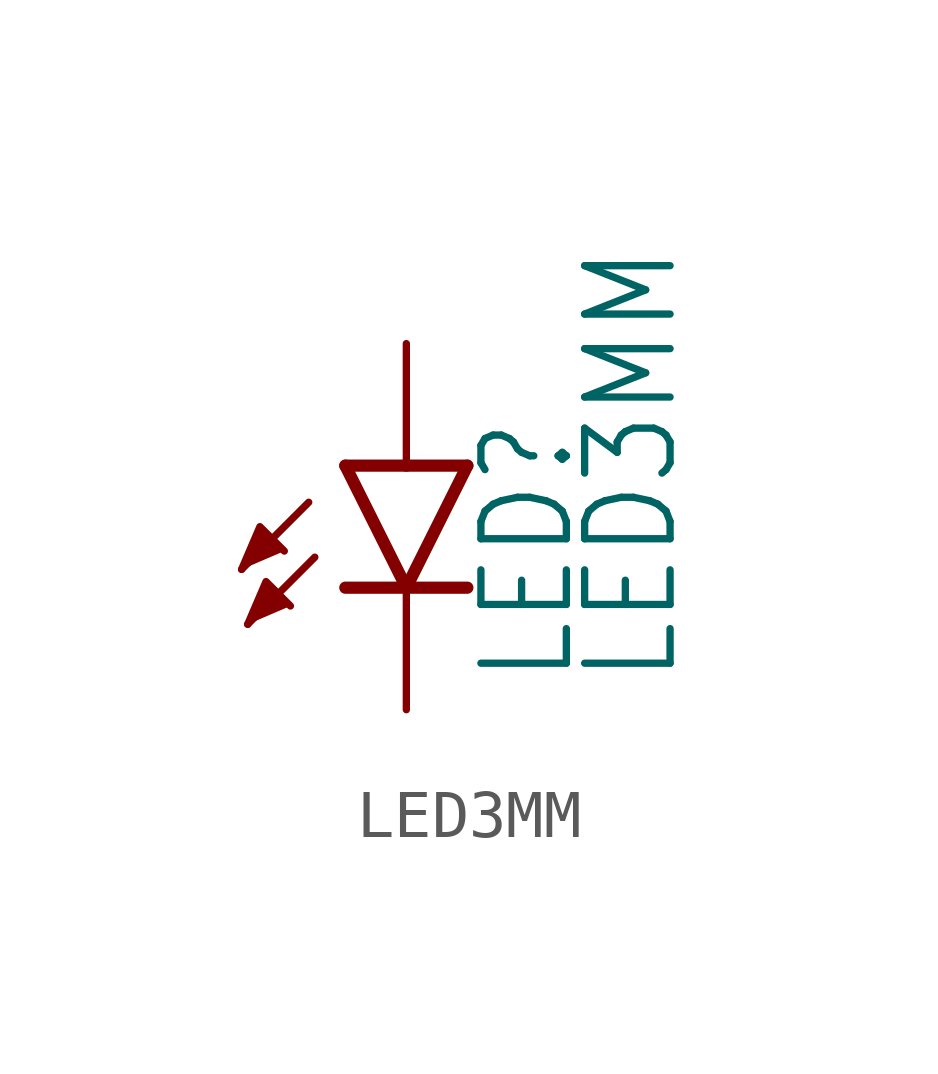
<source format=kicad_sym>
(kicad_symbol_lib
  (version 20211014)
  (generator kicad_symbol_editor)
  (symbol "LED3MM"
    (property "Reference" "LED"
      (at 3.556 -4.572 90)
      (effects (font (size 1.778 1.511)) (justify left bottom)))
    (property "Value" "LED3MM"
      (at 5.715 -4.572 90)
      (effects (font (size 1.778 1.511)) (justify left bottom)))
    (property "ki_locked" ""
      (at 0 0 0)
      (effects (font (size 1.27 1.27))))
    (symbol "LED3MM_1_0"
      (polyline (pts (xy -2.032 -0.762) (xy -3.429 -2.159)) (stroke (width 0.152) (type default)) (fill (type none)))
      (polyline (pts (xy -1.905 -1.905) (xy -3.302 -3.302)) (stroke (width 0.152) (type default)) (fill (type none)))
      (polyline (pts (xy 0 -2.54) (xy -1.27 -2.54)) (stroke (width 0.254) (type default)) (fill (type none)))
      (polyline (pts (xy 0 -2.54) (xy -1.27 0)) (stroke (width 0.254) (type default)) (fill (type none)))
      (polyline (pts (xy 0 0) (xy -1.27 0)) (stroke (width 0.254) (type default)) (fill (type none)))
      (polyline (pts (xy 1.27 -2.54) (xy 0 -2.54)) (stroke (width 0.254) (type default)) (fill (type none)))
      (polyline (pts (xy 1.27 0) (xy 0 -2.54)) (stroke (width 0.254) (type default)) (fill (type none)))
      (polyline (pts (xy 1.27 0) (xy 0 0)) (stroke (width 0.254) (type default)) (fill (type none)))
      (polyline (pts (xy -3.429 -2.159) (xy -3.048 -1.27) (xy -2.54 -1.778)) (stroke (width 0) (type default)) (fill (type outline)))
      (polyline (pts (xy -3.302 -3.302) (xy -2.921 -2.413) (xy -2.413 -2.921)) (stroke (width 0) (type default)) (fill (type outline)))
      (pin passive line (at 0 2.54 270) (length 2.54) (name "A" (effects (font (size 0 0)))) (number "A" (effects (font (size 0 0)))))
      (pin passive line (at 0 -5.08 90) (length 2.54) (name "C" (effects (font (size 0 0)))) (number "K" (effects (font (size 0 0))))))))
</source>
